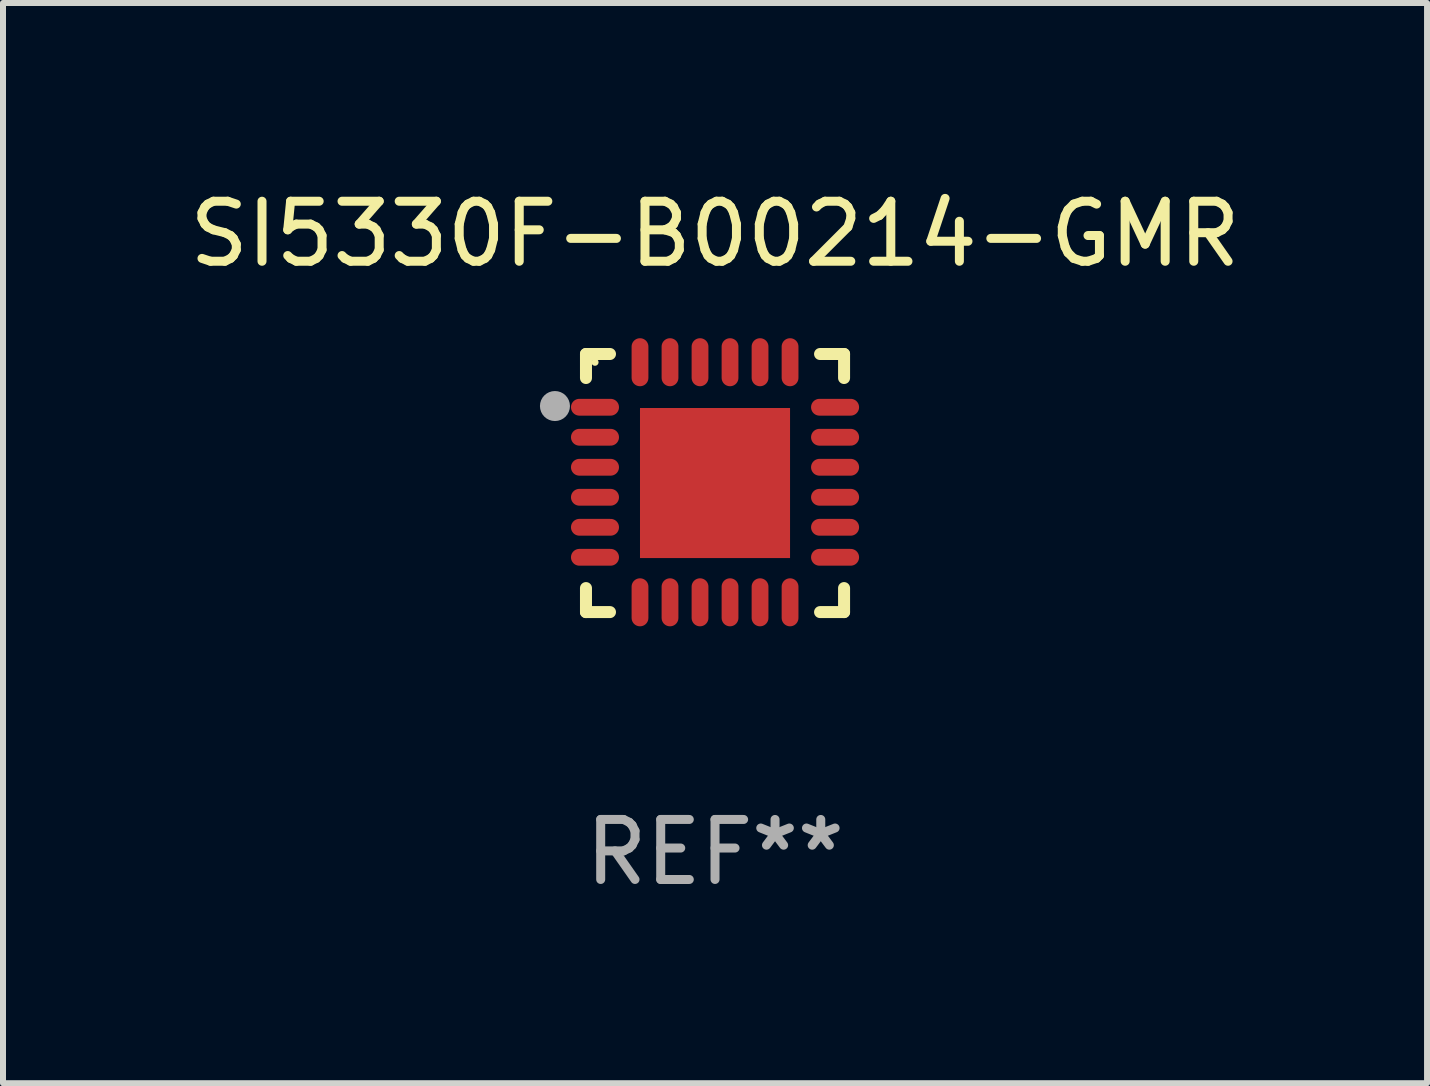
<source format=kicad_pcb>
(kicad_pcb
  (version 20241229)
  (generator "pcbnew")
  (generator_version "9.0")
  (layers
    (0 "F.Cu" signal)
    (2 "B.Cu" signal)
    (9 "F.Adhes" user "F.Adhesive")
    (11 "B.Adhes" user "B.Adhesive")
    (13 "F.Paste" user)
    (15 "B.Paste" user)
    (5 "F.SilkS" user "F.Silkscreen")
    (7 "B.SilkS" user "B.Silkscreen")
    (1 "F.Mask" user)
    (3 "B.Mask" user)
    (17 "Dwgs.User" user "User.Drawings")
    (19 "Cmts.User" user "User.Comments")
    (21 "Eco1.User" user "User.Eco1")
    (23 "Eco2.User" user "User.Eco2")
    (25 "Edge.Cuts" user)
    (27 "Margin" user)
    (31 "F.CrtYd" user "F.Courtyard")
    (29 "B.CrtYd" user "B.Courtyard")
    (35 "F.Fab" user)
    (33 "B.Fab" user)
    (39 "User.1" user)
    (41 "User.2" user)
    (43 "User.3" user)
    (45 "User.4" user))
  (footprint "SI5330F-B00214-GMR"
    (layer "F.Cu")
    (at 8.863 4.998)
    (property "Reference" "SI5330F-B00214-GMR" (at 0 -4.15 0) (layer "F.SilkS") (effects (font (size 1 1) (thickness 0.15))))
    (attr through_hole)
    (fp_line (start -2.15 -2.15) (end -1.75 -2.15) (stroke (width 0.2) (type solid)) (layer "F.SilkS"))
    (fp_line (start -2.15 -1.75) (end -2.15 -2.15) (stroke (width 0.2) (type solid)) (layer "F.SilkS"))
    (fp_line (start -2.15 2.15) (end -2.15 1.75) (stroke (width 0.2) (type solid)) (layer "F.SilkS"))
    (fp_line (start -1.75 2.15) (end -2.15 2.15) (stroke (width 0.2) (type solid)) (layer "F.SilkS"))
    (fp_line (start 1.75 -2.15) (end 2.15 -2.15) (stroke (width 0.2) (type solid)) (layer "F.SilkS"))
    (fp_line (start 1.75 2.15) (end 2.15 2.15) (stroke (width 0.2) (type solid)) (layer "F.SilkS"))
    (fp_line (start 2.15 -2.15) (end 2.15 -1.75) (stroke (width 0.2) (type solid)) (layer "F.SilkS"))
    (fp_line (start 2.15 2.15) (end 2.15 1.75) (stroke (width 0.2) (type solid)) (layer "F.SilkS"))
    (fp_circle (center -2 -2.013) (end -1.97 -2.013) (stroke (width 0.06) (type solid)) (fill no) (layer "F.SilkS"))
    (fp_circle (center -2.667 -1.283) (end -2.542 -1.283) (stroke (width 0.25) (type solid)) (fill no) (layer "F.Fab"))
    (fp_text user "REF**" (at 0 6.15 0) (layer "F.Fab") (effects (font (size 1 1) (thickness 0.15))))
    (pad "1" smd oval (at -2 -1.263) (size 0.8 0.28) (layers "F.Cu" "F.Mask" "F.Paste"))
    (pad "2" smd oval (at -2 -0.763) (size 0.8 0.28) (layers "F.Cu" "F.Mask" "F.Paste"))
    (pad "3" smd oval (at -2 -0.263) (size 0.8 0.28) (layers "F.Cu" "F.Mask" "F.Paste"))
    (pad "4" smd oval (at -2 0.237) (size 0.8 0.28) (layers "F.Cu" "F.Mask" "F.Paste"))
    (pad "5" smd oval (at -2 0.737) (size 0.8 0.28) (layers "F.Cu" "F.Mask" "F.Paste"))
    (pad "6" smd oval (at -2 1.237) (size 0.8 0.28) (layers "F.Cu" "F.Mask" "F.Paste"))
    (pad "7" smd oval (at -1.25 1.987) (size 0.28 0.8) (layers "F.Cu" "F.Mask" "F.Paste"))
    (pad "8" smd oval (at -0.75 1.987) (size 0.28 0.8) (layers "F.Cu" "F.Mask" "F.Paste"))
    (pad "9" smd oval (at -0.25 1.987) (size 0.28 0.8) (layers "F.Cu" "F.Mask" "F.Paste"))
    (pad "10" smd oval (at 0.25 1.987) (size 0.28 0.8) (layers "F.Cu" "F.Mask" "F.Paste"))
    (pad "11" smd oval (at 0.75 1.987) (size 0.28 0.8) (layers "F.Cu" "F.Mask" "F.Paste"))
    (pad "12" smd oval (at 1.25 1.987) (size 0.28 0.8) (layers "F.Cu" "F.Mask" "F.Paste"))
    (pad "13" smd oval (at 2 1.237) (size 0.8 0.28) (layers "F.Cu" "F.Mask" "F.Paste"))
    (pad "14" smd oval (at 2 0.737) (size 0.8 0.28) (layers "F.Cu" "F.Mask" "F.Paste"))
    (pad "15" smd oval (at 2 0.237) (size 0.8 0.28) (layers "F.Cu" "F.Mask" "F.Paste"))
    (pad "16" smd oval (at 2 -0.263) (size 0.8 0.28) (layers "F.Cu" "F.Mask" "F.Paste"))
    (pad "17" smd oval (at 2 -0.763) (size 0.8 0.28) (layers "F.Cu" "F.Mask" "F.Paste"))
    (pad "18" smd oval (at 2 -1.263) (size 0.8 0.28) (layers "F.Cu" "F.Mask" "F.Paste"))
    (pad "19" smd oval (at 1.25 -2.013) (size 0.28 0.8) (layers "F.Cu" "F.Mask" "F.Paste"))
    (pad "20" smd oval (at 0.75 -2.013) (size 0.28 0.8) (layers "F.Cu" "F.Mask" "F.Paste"))
    (pad "21" smd oval (at 0.25 -2.013) (size 0.28 0.8) (layers "F.Cu" "F.Mask" "F.Paste"))
    (pad "22" smd oval (at -0.25 -2.013) (size 0.28 0.8) (layers "F.Cu" "F.Mask" "F.Paste"))
    (pad "23" smd oval (at -0.75 -2.013) (size 0.28 0.8) (layers "F.Cu" "F.Mask" "F.Paste"))
    (pad "24" smd oval (at -1.25 -2.013) (size 0.28 0.8) (layers "F.Cu" "F.Mask" "F.Paste"))
    (pad "25" smd rect (at -0.000127 -0.00014) (size 2.5 2.5) (layers "F.Cu" "F.Mask" "F.Paste")))
  (gr_rect
    (start -3 -3)
    (end 20.726 14.997)
    (stroke (width 0.1) (type default))
    (fill no)
    (layer "Edge.Cuts")))
</source>
